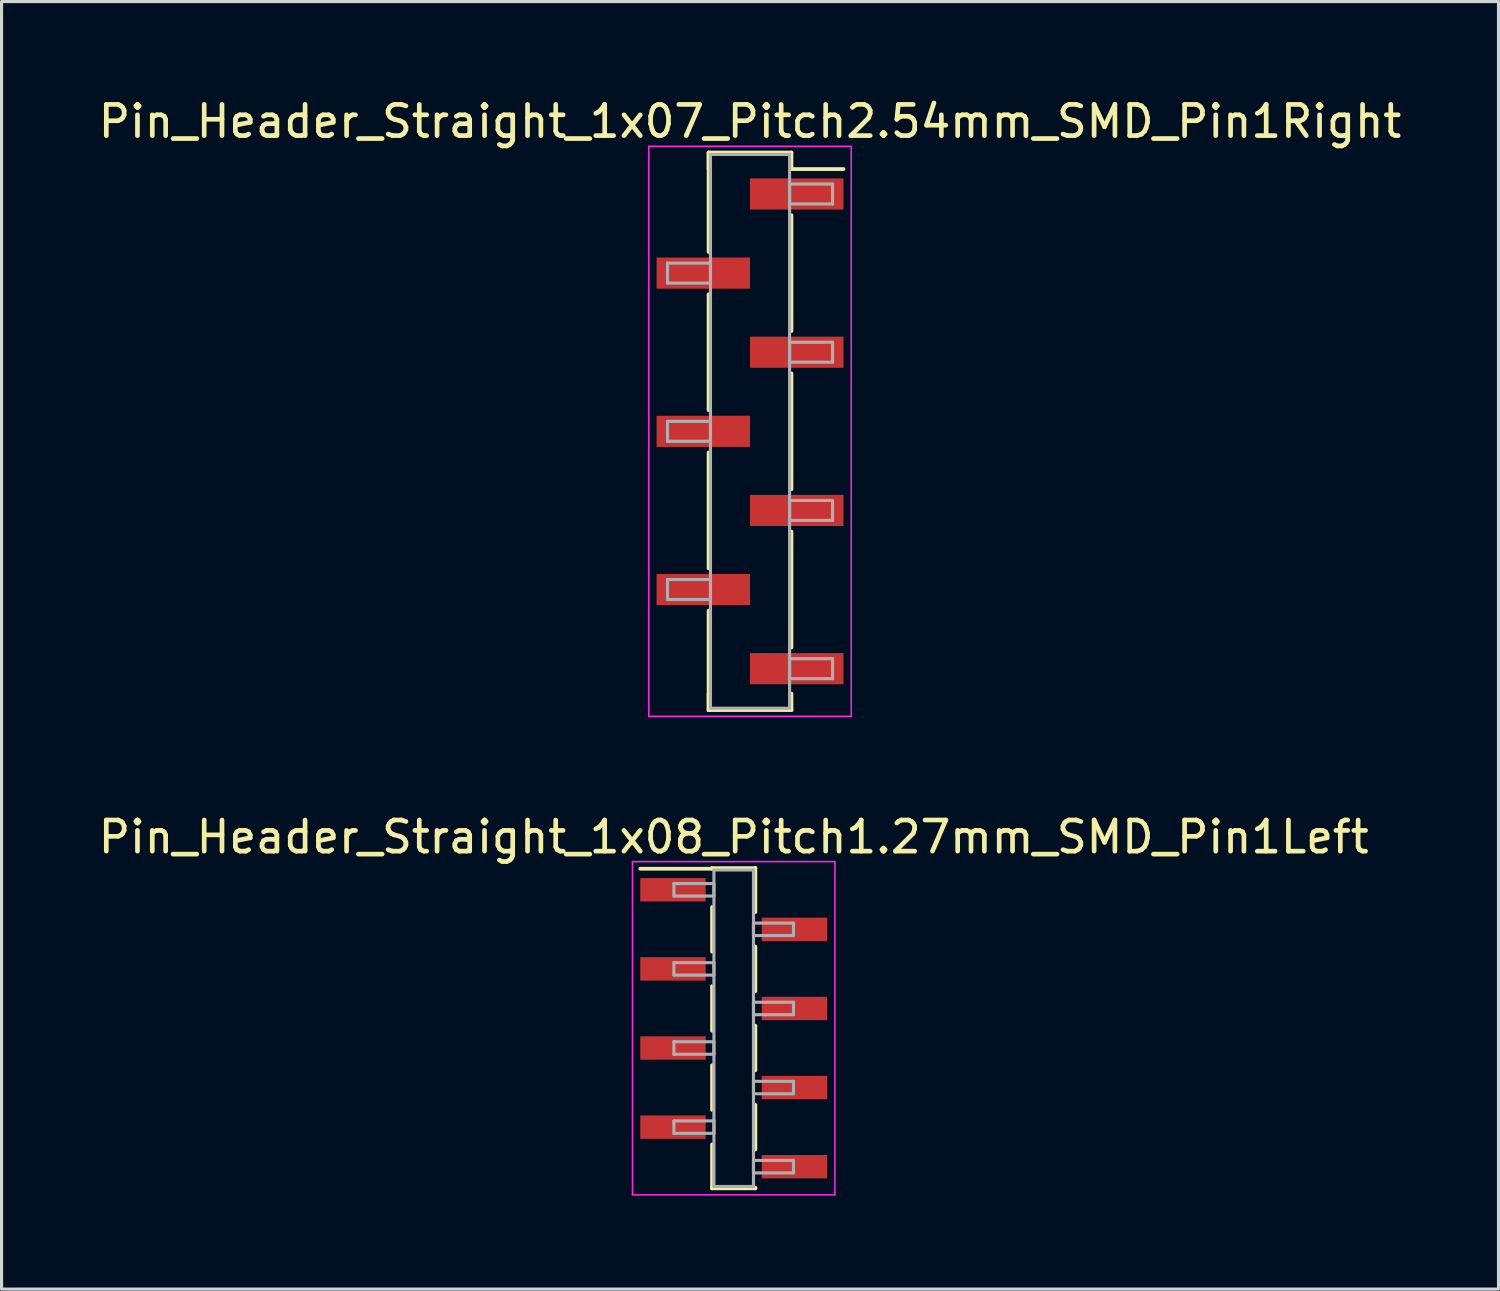
<source format=kicad_pcb>
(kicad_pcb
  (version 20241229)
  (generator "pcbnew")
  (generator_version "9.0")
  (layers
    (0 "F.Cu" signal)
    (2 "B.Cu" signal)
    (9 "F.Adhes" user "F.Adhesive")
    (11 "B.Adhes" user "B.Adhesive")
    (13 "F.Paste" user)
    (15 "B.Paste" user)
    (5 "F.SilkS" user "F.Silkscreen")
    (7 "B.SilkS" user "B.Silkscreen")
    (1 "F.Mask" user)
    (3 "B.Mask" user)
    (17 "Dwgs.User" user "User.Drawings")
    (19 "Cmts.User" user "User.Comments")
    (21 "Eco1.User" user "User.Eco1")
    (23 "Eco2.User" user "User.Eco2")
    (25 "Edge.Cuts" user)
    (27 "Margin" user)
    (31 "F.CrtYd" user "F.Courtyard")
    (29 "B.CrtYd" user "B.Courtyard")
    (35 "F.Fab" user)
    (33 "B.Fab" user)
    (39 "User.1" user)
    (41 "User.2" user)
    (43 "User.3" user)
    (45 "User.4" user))
  (footprint "Pin_Header_Straight_1x07_Pitch2.54mm_SMD_Pin1Right"
    (layer "F.Cu")
    (at 21.03 10.798)
    (property "Reference" "Pin_Header_Straight_1x07_Pitch2.54mm_SMD_Pin1Right" (at 0 -9.95 0) (layer "F.SilkS") (effects (font (size 1 1) (thickness 0.15))))
    (attr smd)
    (fp_line (start -1.33 -8.95) (end -1.33 -5.76) (stroke (width 0.12) (type solid)) (layer "F.SilkS"))
    (fp_line (start -1.33 -8.95) (end 1.33 -8.95) (stroke (width 0.12) (type solid)) (layer "F.SilkS"))
    (fp_line (start -1.33 -8.42) (end -1.33 -8.95) (stroke (width 0.12) (type solid)) (layer "F.SilkS"))
    (fp_line (start -1.33 -4.4) (end -1.33 -0.68) (stroke (width 0.12) (type solid)) (layer "F.SilkS"))
    (fp_line (start -1.33 0.68) (end -1.33 4.4) (stroke (width 0.12) (type solid)) (layer "F.SilkS"))
    (fp_line (start -1.33 5.76) (end -1.33 8.95) (stroke (width 0.12) (type solid)) (layer "F.SilkS"))
    (fp_line (start -1.33 8.42) (end -1.33 8.95) (stroke (width 0.12) (type solid)) (layer "F.SilkS"))
    (fp_line (start -1.33 8.95) (end 1.33 8.95) (stroke (width 0.12) (type solid)) (layer "F.SilkS"))
    (fp_line (start 1.33 -8.95) (end 1.33 -8.42) (stroke (width 0.12) (type solid)) (layer "F.SilkS"))
    (fp_line (start 1.33 -8.42) (end 3 -8.42) (stroke (width 0.12) (type solid)) (layer "F.SilkS"))
    (fp_line (start 1.33 -6.94) (end 1.33 -3.22) (stroke (width 0.12) (type solid)) (layer "F.SilkS"))
    (fp_line (start 1.33 -1.86) (end 1.33 1.86) (stroke (width 0.12) (type solid)) (layer "F.SilkS"))
    (fp_line (start 1.33 3.22) (end 1.33 6.94) (stroke (width 0.12) (type solid)) (layer "F.SilkS"))
    (fp_line (start 1.33 8.95) (end 1.33 8.42) (stroke (width 0.12) (type solid)) (layer "F.SilkS"))
    (fp_line (start -3.25 -9.15) (end -3.25 9.15) (stroke (width 0.05) (type solid)) (layer "F.CrtYd"))
    (fp_line (start -3.25 9.15) (end 3.25 9.15) (stroke (width 0.05) (type solid)) (layer "F.CrtYd"))
    (fp_line (start 3.25 -9.15) (end -3.25 -9.15) (stroke (width 0.05) (type solid)) (layer "F.CrtYd"))
    (fp_line (start 3.25 9.15) (end 3.25 -9.15) (stroke (width 0.05) (type solid)) (layer "F.CrtYd"))
    (fp_line (start -2.65 -5.4) (end -1.27 -5.4) (stroke (width 0.1) (type solid)) (layer "F.Fab"))
    (fp_line (start -2.65 -4.76) (end -2.65 -5.4) (stroke (width 0.1) (type solid)) (layer "F.Fab"))
    (fp_line (start -2.65 -0.32) (end -1.27 -0.32) (stroke (width 0.1) (type solid)) (layer "F.Fab"))
    (fp_line (start -2.65 0.32) (end -2.65 -0.32) (stroke (width 0.1) (type solid)) (layer "F.Fab"))
    (fp_line (start -2.65 4.76) (end -1.27 4.76) (stroke (width 0.1) (type solid)) (layer "F.Fab"))
    (fp_line (start -2.65 5.4) (end -2.65 4.76) (stroke (width 0.1) (type solid)) (layer "F.Fab"))
    (fp_line (start -1.27 -8.89) (end -1.27 8.89) (stroke (width 0.1) (type solid)) (layer "F.Fab"))
    (fp_line (start -1.27 -5.4) (end -1.27 -4.76) (stroke (width 0.1) (type solid)) (layer "F.Fab"))
    (fp_line (start -1.27 -4.76) (end -2.65 -4.76) (stroke (width 0.1) (type solid)) (layer "F.Fab"))
    (fp_line (start -1.27 -0.32) (end -1.27 0.32) (stroke (width 0.1) (type solid)) (layer "F.Fab"))
    (fp_line (start -1.27 0.32) (end -2.65 0.32) (stroke (width 0.1) (type solid)) (layer "F.Fab"))
    (fp_line (start -1.27 4.76) (end -1.27 5.4) (stroke (width 0.1) (type solid)) (layer "F.Fab"))
    (fp_line (start -1.27 5.4) (end -2.65 5.4) (stroke (width 0.1) (type solid)) (layer "F.Fab"))
    (fp_line (start -1.27 8.89) (end 1.27 8.89) (stroke (width 0.1) (type solid)) (layer "F.Fab"))
    (fp_line (start 1.27 -8.89) (end -1.27 -8.89) (stroke (width 0.1) (type solid)) (layer "F.Fab"))
    (fp_line (start 1.27 -7.94) (end 1.27 -7.3) (stroke (width 0.1) (type solid)) (layer "F.Fab"))
    (fp_line (start 1.27 -7.3) (end 2.65 -7.3) (stroke (width 0.1) (type solid)) (layer "F.Fab"))
    (fp_line (start 1.27 -2.86) (end 1.27 -2.22) (stroke (width 0.1) (type solid)) (layer "F.Fab"))
    (fp_line (start 1.27 -2.22) (end 2.65 -2.22) (stroke (width 0.1) (type solid)) (layer "F.Fab"))
    (fp_line (start 1.27 2.22) (end 1.27 2.86) (stroke (width 0.1) (type solid)) (layer "F.Fab"))
    (fp_line (start 1.27 2.86) (end 2.65 2.86) (stroke (width 0.1) (type solid)) (layer "F.Fab"))
    (fp_line (start 1.27 7.3) (end 1.27 7.94) (stroke (width 0.1) (type solid)) (layer "F.Fab"))
    (fp_line (start 1.27 7.94) (end 2.65 7.94) (stroke (width 0.1) (type solid)) (layer "F.Fab"))
    (fp_line (start 1.27 8.89) (end 1.27 -8.89) (stroke (width 0.1) (type solid)) (layer "F.Fab"))
    (fp_line (start 2.65 -7.94) (end 1.27 -7.94) (stroke (width 0.1) (type solid)) (layer "F.Fab"))
    (fp_line (start 2.65 -7.3) (end 2.65 -7.94) (stroke (width 0.1) (type solid)) (layer "F.Fab"))
    (fp_line (start 2.65 -2.86) (end 1.27 -2.86) (stroke (width 0.1) (type solid)) (layer "F.Fab"))
    (fp_line (start 2.65 -2.22) (end 2.65 -2.86) (stroke (width 0.1) (type solid)) (layer "F.Fab"))
    (fp_line (start 2.65 2.22) (end 1.27 2.22) (stroke (width 0.1) (type solid)) (layer "F.Fab"))
    (fp_line (start 2.65 2.86) (end 2.65 2.22) (stroke (width 0.1) (type solid)) (layer "F.Fab"))
    (fp_line (start 2.65 7.3) (end 1.27 7.3) (stroke (width 0.1) (type solid)) (layer "F.Fab"))
    (fp_line (start 2.65 7.94) (end 2.65 7.3) (stroke (width 0.1) (type solid)) (layer "F.Fab"))
    (pad "1" smd rect (at 1.5 -7.62) (size 3 1) (layers "F.Cu" "F.Mask"))
    (pad "2" smd rect (at -1.5 -5.08) (size 3 1) (layers "F.Cu" "F.Mask"))
    (pad "3" smd rect (at 1.5 -2.54) (size 3 1) (layers "F.Cu" "F.Mask"))
    (pad "4" smd rect (at -1.5 0) (size 3 1) (layers "F.Cu" "F.Mask"))
    (pad "5" smd rect (at 1.5 2.54) (size 3 1) (layers "F.Cu" "F.Mask"))
    (pad "6" smd rect (at -1.5 5.08) (size 3 1) (layers "F.Cu" "F.Mask"))
    (pad "7" smd rect (at 1.5 7.62) (size 3 1) (layers "F.Cu" "F.Mask")))
  (footprint "Pin_Header_Straight_1x08_Pitch1.27mm_SMD_Pin1Left"
    (layer "F.Cu")
    (at 20.506 29.962)
    (property "Reference" "Pin_Header_Straight_1x08_Pitch1.27mm_SMD_Pin1Left" (at 0 -6.14 0) (layer "F.SilkS") (effects (font (size 1 1) (thickness 0.15))))
    (attr smd)
    (fp_line (start -0.695 -5.14) (end 0.695 -5.14) (stroke (width 0.12) (type solid)) (layer "F.SilkS"))
    (fp_line (start -0.695 -5.12) (end -3 -5.12) (stroke (width 0.12) (type solid)) (layer "F.SilkS"))
    (fp_line (start -0.695 -5.12) (end -0.695 -5.14) (stroke (width 0.12) (type solid)) (layer "F.SilkS"))
    (fp_line (start -0.695 -3.89) (end -0.695 -2.46) (stroke (width 0.12) (type solid)) (layer "F.SilkS"))
    (fp_line (start -0.695 -1.35) (end -0.695 0.08) (stroke (width 0.12) (type solid)) (layer "F.SilkS"))
    (fp_line (start -0.695 1.19) (end -0.695 2.62) (stroke (width 0.12) (type solid)) (layer "F.SilkS"))
    (fp_line (start -0.695 3.73) (end -0.695 5.14) (stroke (width 0.12) (type solid)) (layer "F.SilkS"))
    (fp_line (start -0.695 5.12) (end -0.695 5.14) (stroke (width 0.12) (type solid)) (layer "F.SilkS"))
    (fp_line (start -0.695 5.14) (end 0.695 5.14) (stroke (width 0.12) (type solid)) (layer "F.SilkS"))
    (fp_line (start 0.695 -5.14) (end 0.695 -5.12) (stroke (width 0.12) (type solid)) (layer "F.SilkS"))
    (fp_line (start 0.695 -5.14) (end 0.695 -3.73) (stroke (width 0.12) (type solid)) (layer "F.SilkS"))
    (fp_line (start 0.695 -2.62) (end 0.695 -1.19) (stroke (width 0.12) (type solid)) (layer "F.SilkS"))
    (fp_line (start 0.695 -0.08) (end 0.695 1.35) (stroke (width 0.12) (type solid)) (layer "F.SilkS"))
    (fp_line (start 0.695 2.46) (end 0.695 3.89) (stroke (width 0.12) (type solid)) (layer "F.SilkS"))
    (fp_line (start 0.695 5.14) (end 0.695 5.12) (stroke (width 0.12) (type solid)) (layer "F.SilkS"))
    (fp_line (start -3.25 -5.35) (end -3.25 5.35) (stroke (width 0.05) (type solid)) (layer "F.CrtYd"))
    (fp_line (start -3.25 5.35) (end 3.25 5.35) (stroke (width 0.05) (type solid)) (layer "F.CrtYd"))
    (fp_line (start 3.25 -5.35) (end -3.25 -5.35) (stroke (width 0.05) (type solid)) (layer "F.CrtYd"))
    (fp_line (start 3.25 5.35) (end 3.25 -5.35) (stroke (width 0.05) (type solid)) (layer "F.CrtYd"))
    (fp_line (start -1.92 -4.645) (end -0.635 -4.645) (stroke (width 0.1) (type solid)) (layer "F.Fab"))
    (fp_line (start -1.92 -4.245) (end -1.92 -4.645) (stroke (width 0.1) (type solid)) (layer "F.Fab"))
    (fp_line (start -1.92 -2.105) (end -0.635 -2.105) (stroke (width 0.1) (type solid)) (layer "F.Fab"))
    (fp_line (start -1.92 -1.705) (end -1.92 -2.105) (stroke (width 0.1) (type solid)) (layer "F.Fab"))
    (fp_line (start -1.92 0.435) (end -0.635 0.435) (stroke (width 0.1) (type solid)) (layer "F.Fab"))
    (fp_line (start -1.92 0.835) (end -1.92 0.435) (stroke (width 0.1) (type solid)) (layer "F.Fab"))
    (fp_line (start -1.92 2.975) (end -0.635 2.975) (stroke (width 0.1) (type solid)) (layer "F.Fab"))
    (fp_line (start -1.92 3.375) (end -1.92 2.975) (stroke (width 0.1) (type solid)) (layer "F.Fab"))
    (fp_line (start -0.635 -5.08) (end -0.635 5.08) (stroke (width 0.1) (type solid)) (layer "F.Fab"))
    (fp_line (start -0.635 -4.645) (end -0.635 -4.245) (stroke (width 0.1) (type solid)) (layer "F.Fab"))
    (fp_line (start -0.635 -4.245) (end -1.92 -4.245) (stroke (width 0.1) (type solid)) (layer "F.Fab"))
    (fp_line (start -0.635 -2.105) (end -0.635 -1.705) (stroke (width 0.1) (type solid)) (layer "F.Fab"))
    (fp_line (start -0.635 -1.705) (end -1.92 -1.705) (stroke (width 0.1) (type solid)) (layer "F.Fab"))
    (fp_line (start -0.635 0.435) (end -0.635 0.835) (stroke (width 0.1) (type solid)) (layer "F.Fab"))
    (fp_line (start -0.635 0.835) (end -1.92 0.835) (stroke (width 0.1) (type solid)) (layer "F.Fab"))
    (fp_line (start -0.635 2.975) (end -0.635 3.375) (stroke (width 0.1) (type solid)) (layer "F.Fab"))
    (fp_line (start -0.635 3.375) (end -1.92 3.375) (stroke (width 0.1) (type solid)) (layer "F.Fab"))
    (fp_line (start -0.635 5.08) (end 0.635 5.08) (stroke (width 0.1) (type solid)) (layer "F.Fab"))
    (fp_line (start 0.635 -5.08) (end -0.635 -5.08) (stroke (width 0.1) (type solid)) (layer "F.Fab"))
    (fp_line (start 0.635 -3.375) (end 0.635 -2.975) (stroke (width 0.1) (type solid)) (layer "F.Fab"))
    (fp_line (start 0.635 -2.975) (end 1.92 -2.975) (stroke (width 0.1) (type solid)) (layer "F.Fab"))
    (fp_line (start 0.635 -0.835) (end 0.635 -0.435) (stroke (width 0.1) (type solid)) (layer "F.Fab"))
    (fp_line (start 0.635 -0.435) (end 1.92 -0.435) (stroke (width 0.1) (type solid)) (layer "F.Fab"))
    (fp_line (start 0.635 1.705) (end 0.635 2.105) (stroke (width 0.1) (type solid)) (layer "F.Fab"))
    (fp_line (start 0.635 2.105) (end 1.92 2.105) (stroke (width 0.1) (type solid)) (layer "F.Fab"))
    (fp_line (start 0.635 4.245) (end 0.635 4.645) (stroke (width 0.1) (type solid)) (layer "F.Fab"))
    (fp_line (start 0.635 4.645) (end 1.92 4.645) (stroke (width 0.1) (type solid)) (layer "F.Fab"))
    (fp_line (start 0.635 5.08) (end 0.635 -5.08) (stroke (width 0.1) (type solid)) (layer "F.Fab"))
    (fp_line (start 1.92 -3.375) (end 0.635 -3.375) (stroke (width 0.1) (type solid)) (layer "F.Fab"))
    (fp_line (start 1.92 -2.975) (end 1.92 -3.375) (stroke (width 0.1) (type solid)) (layer "F.Fab"))
    (fp_line (start 1.92 -0.835) (end 0.635 -0.835) (stroke (width 0.1) (type solid)) (layer "F.Fab"))
    (fp_line (start 1.92 -0.435) (end 1.92 -0.835) (stroke (width 0.1) (type solid)) (layer "F.Fab"))
    (fp_line (start 1.92 1.705) (end 0.635 1.705) (stroke (width 0.1) (type solid)) (layer "F.Fab"))
    (fp_line (start 1.92 2.105) (end 1.92 1.705) (stroke (width 0.1) (type solid)) (layer "F.Fab"))
    (fp_line (start 1.92 4.245) (end 0.635 4.245) (stroke (width 0.1) (type solid)) (layer "F.Fab"))
    (fp_line (start 1.92 4.645) (end 1.92 4.245) (stroke (width 0.1) (type solid)) (layer "F.Fab"))
    (pad "1" smd rect (at -1.95 -4.445) (size 2.1 0.75) (layers "F.Cu" "F.Mask"))
    (pad "2" smd rect (at 1.95 -3.175) (size 2.1 0.75) (layers "F.Cu" "F.Mask"))
    (pad "3" smd rect (at -1.95 -1.905) (size 2.1 0.75) (layers "F.Cu" "F.Mask"))
    (pad "4" smd rect (at 1.95 -0.635) (size 2.1 0.75) (layers "F.Cu" "F.Mask"))
    (pad "5" smd rect (at -1.95 0.635) (size 2.1 0.75) (layers "F.Cu" "F.Mask"))
    (pad "6" smd rect (at 1.95 1.905) (size 2.1 0.75) (layers "F.Cu" "F.Mask"))
    (pad "7" smd rect (at -1.95 3.175) (size 2.1 0.75) (layers "F.Cu" "F.Mask"))
    (pad "8" smd rect (at 1.95 4.445) (size 2.1 0.75) (layers "F.Cu" "F.Mask")))
  (gr_rect
    (start -3 -3)
    (end 45.06 38.337)
    (stroke (width 0.1) (type default))
    (fill no)
    (layer "Edge.Cuts")))
</source>
